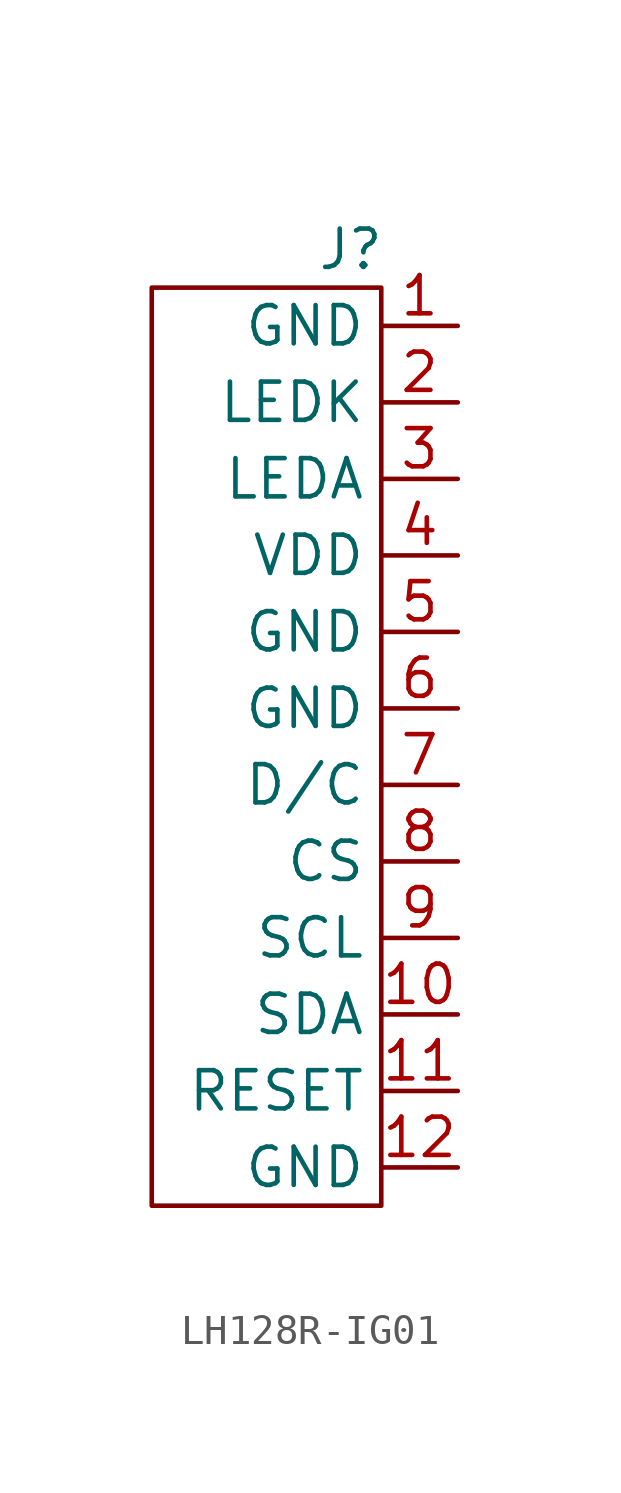
<source format=kicad_sym>
(kicad_symbol_lib
  (version 20231120)
  (generator "kicad_symbol_editor")
  (generator_version "8.0")
  (symbol "LH128R-IG01"
    (property "Reference" "J"
      (at -3.556 7.62 0)
      (effects (font (size 1.27 1.27))))
    (property "Value" ""
      (at 0 0 0)
      (effects (font (size 1.27 1.27))))
    (symbol "LH128R-IG01_0_1"
      (rectangle (start -10.16 6.35) (end -2.54 -24.13) (stroke (width 0) (type default)) (fill (type none))))
    (symbol "LH128R-IG01_1_1"
      (pin power_in line (at 0 5.08 180) (length 2.54) (name "GND" (effects (font (size 1.27 1.27)))) (number "1" (effects (font (size 1.27 1.27)))))
      (pin bidirectional line (at 0 -17.78 180) (length 2.54) (name "SDA" (effects (font (size 1.27 1.27)))) (number "10" (effects (font (size 1.27 1.27)))))
      (pin input line (at 0 -20.32 180) (length 2.54) (name "RESET" (effects (font (size 1.27 1.27)))) (number "11" (effects (font (size 1.27 1.27)))))
      (pin power_in line (at 0 -22.86 180) (length 2.54) (name "GND" (effects (font (size 1.27 1.27)))) (number "12" (effects (font (size 1.27 1.27)))))
      (pin power_in line (at 0 2.54 180) (length 2.54) (name "LEDK" (effects (font (size 1.27 1.27)))) (number "2" (effects (font (size 1.27 1.27)))))
      (pin power_in line (at 0 0 180) (length 2.54) (name "LEDA" (effects (font (size 1.27 1.27)))) (number "3" (effects (font (size 1.27 1.27)))))
      (pin power_in line (at 0 -2.54 180) (length 2.54) (name "VDD" (effects (font (size 1.27 1.27)))) (number "4" (effects (font (size 1.27 1.27)))))
      (pin power_in line (at 0 -5.08 180) (length 2.54) (name "GND" (effects (font (size 1.27 1.27)))) (number "5" (effects (font (size 1.27 1.27)))))
      (pin power_in line (at 0 -7.62 180) (length 2.54) (name "GND" (effects (font (size 1.27 1.27)))) (number "6" (effects (font (size 1.27 1.27)))))
      (pin input line (at 0 -10.16 180) (length 2.54) (name "D/C" (effects (font (size 1.27 1.27)))) (number "7" (effects (font (size 1.27 1.27)))))
      (pin input line (at 0 -12.7 180) (length 2.54) (name "CS" (effects (font (size 1.27 1.27)))) (number "8" (effects (font (size 1.27 1.27)))))
      (pin input line (at 0 -15.24 180) (length 2.54) (name "SCL" (effects (font (size 1.27 1.27)))) (number "9" (effects (font (size 1.27 1.27))))))))
</source>
